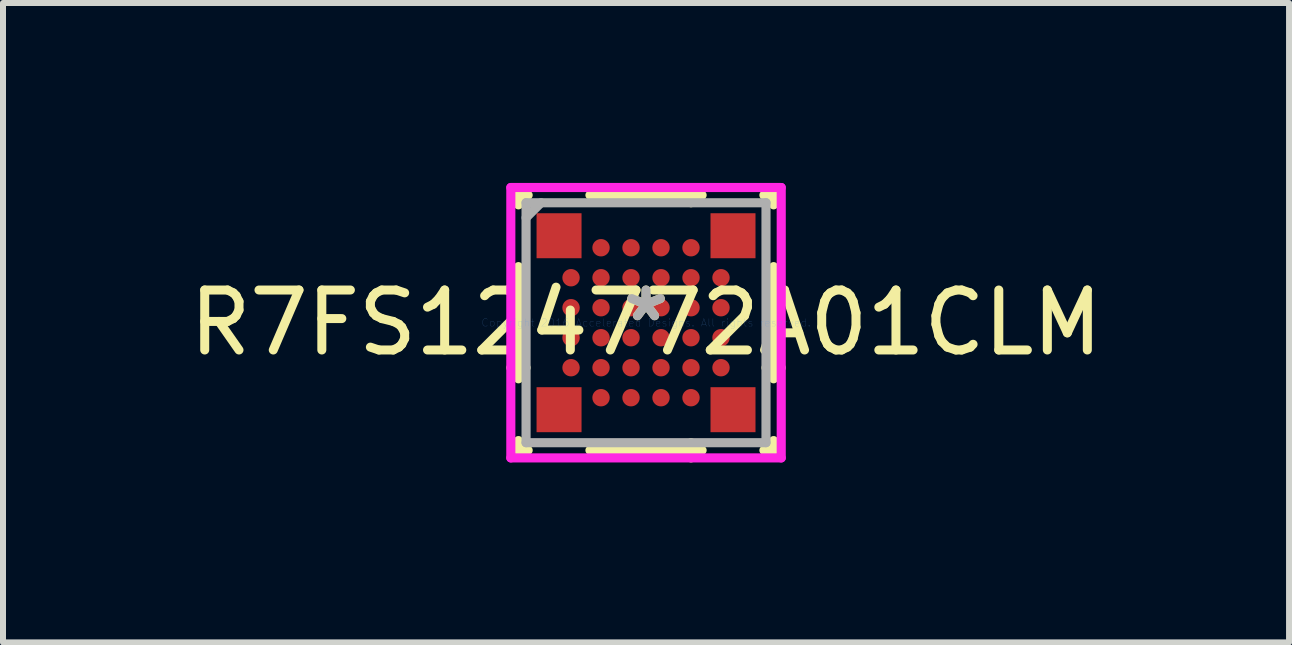
<source format=kicad_pcb>
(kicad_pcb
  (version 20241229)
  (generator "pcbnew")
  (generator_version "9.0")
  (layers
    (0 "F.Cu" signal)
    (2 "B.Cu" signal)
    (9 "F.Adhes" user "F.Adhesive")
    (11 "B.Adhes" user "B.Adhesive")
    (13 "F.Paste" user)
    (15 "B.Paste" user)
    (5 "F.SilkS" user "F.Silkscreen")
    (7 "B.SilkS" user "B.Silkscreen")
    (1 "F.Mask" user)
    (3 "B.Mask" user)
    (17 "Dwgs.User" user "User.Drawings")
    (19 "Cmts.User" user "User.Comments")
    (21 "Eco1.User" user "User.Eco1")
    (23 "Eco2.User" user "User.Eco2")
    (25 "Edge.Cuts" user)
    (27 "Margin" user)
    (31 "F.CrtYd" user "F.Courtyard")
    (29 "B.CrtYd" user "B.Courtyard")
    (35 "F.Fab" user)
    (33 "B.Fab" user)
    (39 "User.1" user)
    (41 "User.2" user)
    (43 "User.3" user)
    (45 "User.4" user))
  (footprint "R7FS124772A01CLM"
    (layer "F.Cu")
    (at 7.72 2.33)
    (property "Reference" "R7FS124772A01CLM" (at 0 0 0) (layer "F.SilkS") (effects (font (size 1 1) (thickness 0.15))))
    (attr through_hole)
    (fp_line (start -2.127 -2.127) (end -2.127 -1.965) (stroke (width 0.152) (type solid)) (layer "F.SilkS"))
    (fp_line (start -2.127 -0.935) (end -2.127 0.935) (stroke (width 0.152) (type solid)) (layer "F.SilkS"))
    (fp_line (start -2.127 1.965) (end -2.127 2.127) (stroke (width 0.152) (type solid)) (layer "F.SilkS"))
    (fp_line (start -2.127 2.127) (end -1.965 2.127) (stroke (width 0.152) (type solid)) (layer "F.SilkS"))
    (fp_line (start -2 0.75) (end -2.254 0.75) (stroke (width 0.152) (type solid)) (layer "F.SilkS"))
    (fp_line (start -1.965 -2.127) (end -2.127 -2.127) (stroke (width 0.152) (type solid)) (layer "F.SilkS"))
    (fp_line (start -0.935 2.127) (end 0.935 2.127) (stroke (width 0.152) (type solid)) (layer "F.SilkS"))
    (fp_line (start 0.75 -2) (end 0.75 -2.254) (stroke (width 0.152) (type solid)) (layer "F.SilkS"))
    (fp_line (start 0.75 2) (end 0.75 2.254) (stroke (width 0.152) (type solid)) (layer "F.SilkS"))
    (fp_line (start 0.935 -2.127) (end -0.935 -2.127) (stroke (width 0.152) (type solid)) (layer "F.SilkS"))
    (fp_line (start 1.965 2.127) (end 2.127 2.127) (stroke (width 0.152) (type solid)) (layer "F.SilkS"))
    (fp_line (start 2 0.75) (end 2.254 0.75) (stroke (width 0.152) (type solid)) (layer "F.SilkS"))
    (fp_line (start 2.127 -2.127) (end 1.965 -2.127) (stroke (width 0.152) (type solid)) (layer "F.SilkS"))
    (fp_line (start 2.127 -1.965) (end 2.127 -2.127) (stroke (width 0.152) (type solid)) (layer "F.SilkS"))
    (fp_line (start 2.127 0.935) (end 2.127 -0.935) (stroke (width 0.152) (type solid)) (layer "F.SilkS"))
    (fp_line (start 2.127 2.127) (end 2.127 1.965) (stroke (width 0.152) (type solid)) (layer "F.SilkS"))
    (fp_line (start -2.254 -2.254) (end 2.254 -2.254) (stroke (width 0.152) (type solid)) (layer "F.CrtYd"))
    (fp_line (start -2.254 2.254) (end -2.254 -2.254) (stroke (width 0.152) (type solid)) (layer "F.CrtYd"))
    (fp_line (start 2.254 -2.254) (end 2.254 2.254) (stroke (width 0.152) (type solid)) (layer "F.CrtYd"))
    (fp_line (start 2.254 2.254) (end -2.254 2.254) (stroke (width 0.152) (type solid)) (layer "F.CrtYd"))
    (fp_line (start -2 -2) (end -2 2) (stroke (width 0.152) (type solid)) (layer "F.Fab"))
    (fp_line (start -2 2) (end 2 2) (stroke (width 0.152) (type solid)) (layer "F.Fab"))
    (fp_line (start -1.75 -2) (end -2 -1.75) (stroke (width 0.152) (type solid)) (layer "F.Fab"))
    (fp_line (start 2 -2) (end -2 -2) (stroke (width 0.152) (type solid)) (layer "F.Fab"))
    (fp_line (start 2 2) (end 2 -2) (stroke (width 0.152) (type solid)) (layer "F.Fab"))
    (fp_text user "*" (at 0 0 0) (layer "F.SilkS") (effects (font (size 1 1) (thickness 0.15))))
    (fp_text user "Copyright 2016 Accelerated Designs. All rights reserved." (at 0 0 0) (layer "Cmts.User") (effects (font (size 0.127 0.127) (thickness 0.002))))
    (fp_text user "*" (at 0 0 0) (layer "F.Fab") (effects (font (size 1 1) (thickness 0.15))))
    (pad "A1" smd rect (at -1.45 -1.45) (size 0.75 0.75) (layers "F.Cu" "F.Mask" "F.Paste"))
    (pad "A1" smd circle (at -1.25 -1.25) (size 0.29 0.29) (layers "F.Cu" "F.Mask" "F.Paste"))
    (pad "A2" smd circle (at -0.75 -1.25) (size 0.29 0.29) (layers "F.Cu" "F.Mask" "F.Paste"))
    (pad "A2" smd rect (at 1.45 -1.45) (size 0.75 0.75) (layers "F.Cu" "F.Mask" "F.Paste"))
    (pad "A3" smd circle (at -0.25 -1.25) (size 0.29 0.29) (layers "F.Cu" "F.Mask" "F.Paste"))
    (pad "A4" smd circle (at 0.25 -1.25) (size 0.29 0.29) (layers "F.Cu" "F.Mask" "F.Paste"))
    (pad "A5" smd circle (at 0.75 -1.25) (size 0.29 0.29) (layers "F.Cu" "F.Mask" "F.Paste"))
    (pad "A6" smd circle (at 1.25 -1.25) (size 0.29 0.29) (layers "F.Cu" "F.Mask" "F.Paste"))
    (pad "B1" smd rect (at -1.45 1.45) (size 0.75 0.75) (layers "F.Cu" "F.Mask" "F.Paste"))
    (pad "B1" smd circle (at -1.25 -0.75) (size 0.29 0.29) (layers "F.Cu" "F.Mask" "F.Paste"))
    (pad "B2" smd circle (at -0.75 -0.75) (size 0.29 0.29) (layers "F.Cu" "F.Mask" "F.Paste"))
    (pad "B2" smd rect (at 1.45 1.45) (size 0.75 0.75) (layers "F.Cu" "F.Mask" "F.Paste"))
    (pad "B3" smd circle (at -0.25 -0.75) (size 0.29 0.29) (layers "F.Cu" "F.Mask" "F.Paste"))
    (pad "B4" smd circle (at 0.25 -0.75) (size 0.29 0.29) (layers "F.Cu" "F.Mask" "F.Paste"))
    (pad "B5" smd circle (at 0.75 -0.75) (size 0.29 0.29) (layers "F.Cu" "F.Mask" "F.Paste"))
    (pad "B6" smd circle (at 1.25 -0.75) (size 0.29 0.29) (layers "F.Cu" "F.Mask" "F.Paste"))
    (pad "C1" smd circle (at -1.25 -0.25) (size 0.29 0.29) (layers "F.Cu" "F.Mask" "F.Paste"))
    (pad "C2" smd circle (at -0.75 -0.25) (size 0.29 0.29) (layers "F.Cu" "F.Mask" "F.Paste"))
    (pad "C3" smd circle (at -0.25 -0.25) (size 0.29 0.29) (layers "F.Cu" "F.Mask" "F.Paste"))
    (pad "C4" smd circle (at 0.25 -0.25) (size 0.29 0.29) (layers "F.Cu" "F.Mask" "F.Paste"))
    (pad "C5" smd circle (at 0.75 -0.25) (size 0.29 0.29) (layers "F.Cu" "F.Mask" "F.Paste"))
    (pad "C6" smd circle (at 1.25 -0.25) (size 0.29 0.29) (layers "F.Cu" "F.Mask" "F.Paste"))
    (pad "D1" smd circle (at -1.25 0.25) (size 0.29 0.29) (layers "F.Cu" "F.Mask" "F.Paste"))
    (pad "D2" smd circle (at -0.75 0.25) (size 0.29 0.29) (layers "F.Cu" "F.Mask" "F.Paste"))
    (pad "D3" smd circle (at -0.25 0.25) (size 0.29 0.29) (layers "F.Cu" "F.Mask" "F.Paste"))
    (pad "D4" smd circle (at 0.25 0.25) (size 0.29 0.29) (layers "F.Cu" "F.Mask" "F.Paste"))
    (pad "D5" smd circle (at 0.75 0.25) (size 0.29 0.29) (layers "F.Cu" "F.Mask" "F.Paste"))
    (pad "D6" smd circle (at 1.25 0.25) (size 0.29 0.29) (layers "F.Cu" "F.Mask" "F.Paste"))
    (pad "E1" smd circle (at -1.25 0.75) (size 0.29 0.29) (layers "F.Cu" "F.Mask" "F.Paste"))
    (pad "E2" smd circle (at -0.75 0.75) (size 0.29 0.29) (layers "F.Cu" "F.Mask" "F.Paste"))
    (pad "E3" smd circle (at -0.25 0.75) (size 0.29 0.29) (layers "F.Cu" "F.Mask" "F.Paste"))
    (pad "E4" smd circle (at 0.25 0.75) (size 0.29 0.29) (layers "F.Cu" "F.Mask" "F.Paste"))
    (pad "E5" smd circle (at 0.75 0.75) (size 0.29 0.29) (layers "F.Cu" "F.Mask" "F.Paste"))
    (pad "E6" smd circle (at 1.25 0.75) (size 0.29 0.29) (layers "F.Cu" "F.Mask" "F.Paste"))
    (pad "F1" smd circle (at -1.25 1.25) (size 0.29 0.29) (layers "F.Cu" "F.Mask" "F.Paste"))
    (pad "F2" smd circle (at -0.75 1.25) (size 0.29 0.29) (layers "F.Cu" "F.Mask" "F.Paste"))
    (pad "F3" smd circle (at -0.25 1.25) (size 0.29 0.29) (layers "F.Cu" "F.Mask" "F.Paste"))
    (pad "F4" smd circle (at 0.25 1.25) (size 0.29 0.29) (layers "F.Cu" "F.Mask" "F.Paste"))
    (pad "F5" smd circle (at 0.75 1.25) (size 0.29 0.29) (layers "F.Cu" "F.Mask" "F.Paste"))
    (pad "F6" smd circle (at 1.25 1.25) (size 0.29 0.29) (layers "F.Cu" "F.Mask" "F.Paste")))
  (gr_rect
    (start -3 -3)
    (end 18.44 7.66)
    (stroke (width 0.1) (type default))
    (fill no)
    (layer "Edge.Cuts")))
</source>
